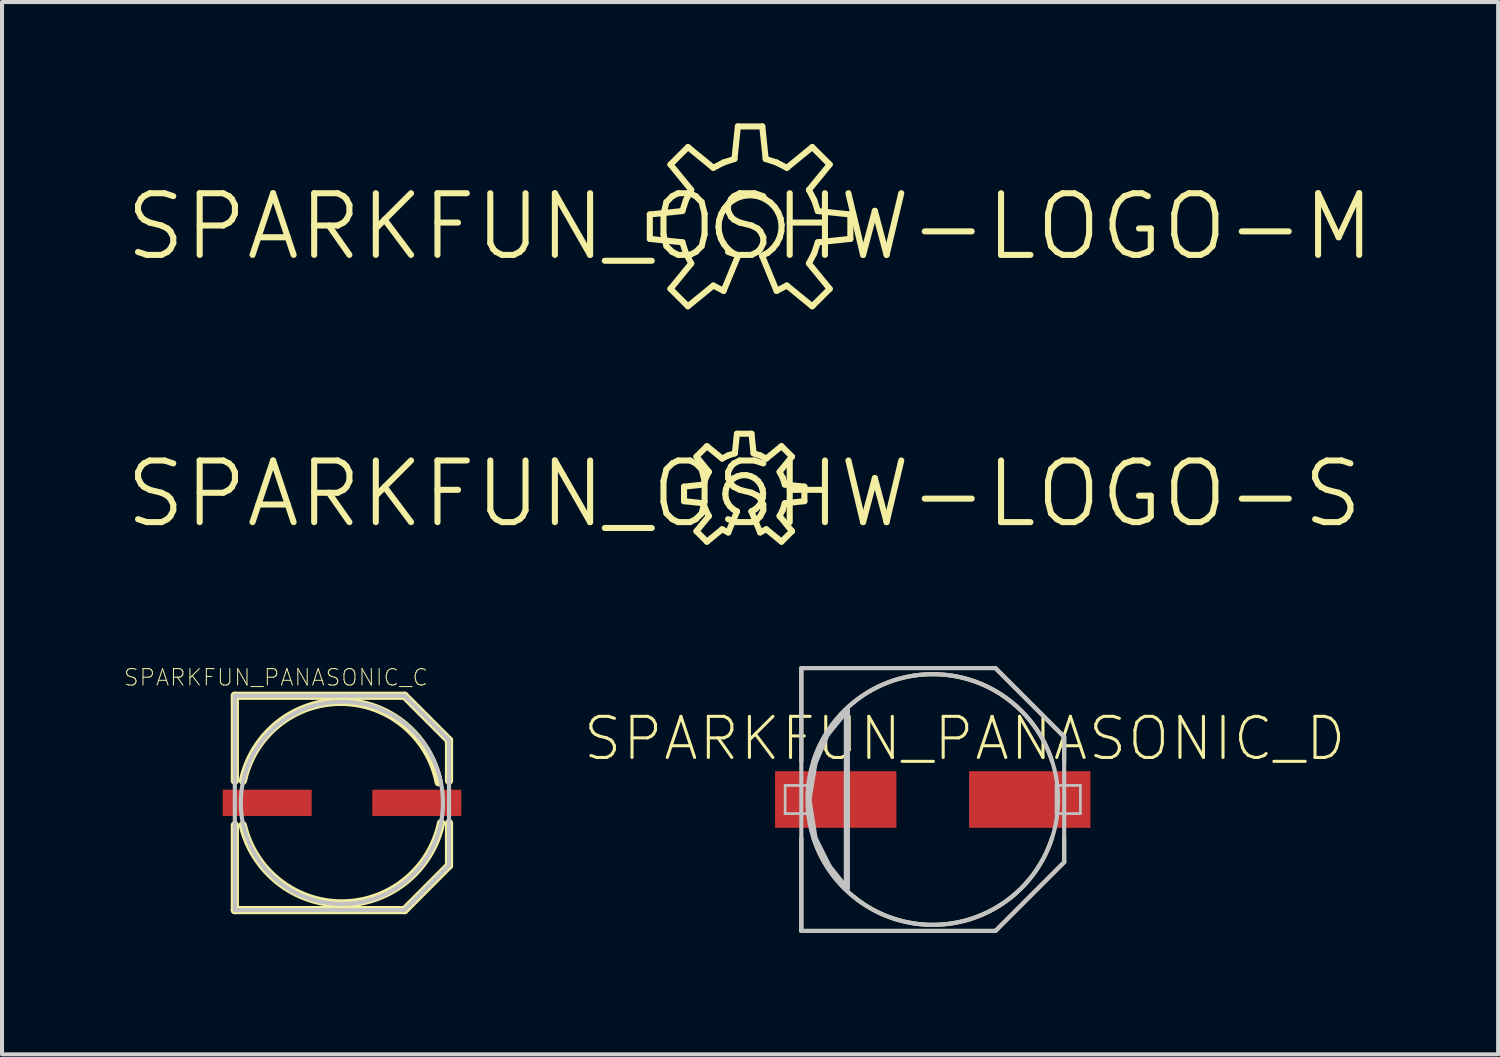
<source format=kicad_pcb>
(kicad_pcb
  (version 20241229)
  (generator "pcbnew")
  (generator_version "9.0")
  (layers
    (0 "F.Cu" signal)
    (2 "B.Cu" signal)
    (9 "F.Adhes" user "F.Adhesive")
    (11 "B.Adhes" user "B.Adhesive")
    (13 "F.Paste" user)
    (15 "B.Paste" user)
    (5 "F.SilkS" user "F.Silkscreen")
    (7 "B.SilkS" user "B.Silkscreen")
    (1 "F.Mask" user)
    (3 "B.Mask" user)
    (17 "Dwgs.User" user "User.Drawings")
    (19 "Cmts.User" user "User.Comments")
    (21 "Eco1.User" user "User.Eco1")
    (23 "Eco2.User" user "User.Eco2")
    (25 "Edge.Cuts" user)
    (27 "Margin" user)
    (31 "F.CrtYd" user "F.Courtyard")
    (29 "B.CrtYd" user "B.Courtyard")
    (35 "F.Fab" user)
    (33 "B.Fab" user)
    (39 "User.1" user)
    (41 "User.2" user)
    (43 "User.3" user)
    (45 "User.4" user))
  (footprint "SPARKFUN_PANASONIC_D"
    (layer "F.Cu")
    (at 20.01 16.716)
    (property "Reference" "SPARKFUN_PANASONIC_D" (at 0.79 -1.506 0) (layer "F.SilkS") (effects (font (size 1.016 1.016) (thickness 0.076))))
    (attr smd)
    (fp_line (start -3.249 -3.249) (end 1.549 -3.249) (stroke (width 0.102) (type solid)) (layer "F.SilkS"))
    (fp_line (start -3.249 -0.95) (end -3.249 -3.249) (stroke (width 0.102) (type solid)) (layer "F.SilkS"))
    (fp_line (start -3.249 3.249) (end -3.249 0.95) (stroke (width 0.102) (type solid)) (layer "F.SilkS"))
    (fp_line (start 1.549 -3.249) (end 3.249 -1.549) (stroke (width 0.102) (type solid)) (layer "F.SilkS"))
    (fp_line (start 1.549 3.249) (end -3.249 3.249) (stroke (width 0.102) (type solid)) (layer "F.SilkS"))
    (fp_line (start 3.249 -1.549) (end 3.249 -0.95) (stroke (width 0.102) (type solid)) (layer "F.SilkS"))
    (fp_line (start 3.249 0.95) (end 3.249 1.549) (stroke (width 0.102) (type solid)) (layer "F.SilkS"))
    (fp_line (start 3.249 1.549) (end 1.549 3.249) (stroke (width 0.102) (type solid)) (layer "F.SilkS"))
    (fp_arc (start -2.94894 -0.94996) (mid -0.0024 -3.098171) (end 2.947465 -0.954527) (stroke (width 0.1016) (type solid)) (layer "F.SilkS"))
    (fp_arc (start 2.94894 0.94996) (mid 0.0024 3.098171) (end -2.947465 0.954527) (stroke (width 0.1016) (type solid)) (layer "F.SilkS"))
    (fp_line (start -3.65 -0.348) (end -3.048 -0.348) (stroke (width 0.066) (type solid)) (layer "Dwgs.User"))
    (fp_line (start -3.65 0.348) (end -3.65 -0.348) (stroke (width 0.066) (type solid)) (layer "Dwgs.User"))
    (fp_line (start -3.65 0.348) (end -3.048 0.348) (stroke (width 0.066) (type solid)) (layer "Dwgs.User"))
    (fp_line (start -3.249 -3.249) (end 1.549 -3.249) (stroke (width 0.102) (type solid)) (layer "Dwgs.User"))
    (fp_line (start -3.249 3.249) (end -3.249 -3.249) (stroke (width 0.102) (type solid)) (layer "Dwgs.User"))
    (fp_line (start -3.048 0) (end -2.898 0.95) (stroke (width 0.102) (type solid)) (layer "Dwgs.User"))
    (fp_line (start -3.048 0.348) (end -3.048 -0.348) (stroke (width 0.066) (type solid)) (layer "Dwgs.User"))
    (fp_line (start -2.898 -0.899) (end -3.048 0) (stroke (width 0.102) (type solid)) (layer "Dwgs.User"))
    (fp_line (start -2.898 0.95) (end -2.548 1.648) (stroke (width 0.102) (type solid)) (layer "Dwgs.User"))
    (fp_line (start -2.598 -1.598) (end -2.898 -0.899) (stroke (width 0.102) (type solid)) (layer "Dwgs.User"))
    (fp_line (start -2.548 1.648) (end -2.149 2.149) (stroke (width 0.102) (type solid)) (layer "Dwgs.User"))
    (fp_line (start -2.149 -2.149) (end -2.598 -1.598) (stroke (width 0.102) (type solid)) (layer "Dwgs.User"))
    (fp_line (start -2.149 -2.098) (end -2.149 -2.149) (stroke (width 0.102) (type solid)) (layer "Dwgs.User"))
    (fp_line (start -2.149 2.149) (end -2.149 -2.098) (stroke (width 0.102) (type solid)) (layer "Dwgs.User"))
    (fp_line (start -2.098 -2.248) (end -2.098 2.2) (stroke (width 0.102) (type solid)) (layer "Dwgs.User"))
    (fp_line (start 1.549 -3.249) (end 3.249 -1.549) (stroke (width 0.102) (type solid)) (layer "Dwgs.User"))
    (fp_line (start 1.549 3.249) (end -3.249 3.249) (stroke (width 0.102) (type solid)) (layer "Dwgs.User"))
    (fp_line (start 3.048 -0.348) (end 3.65 -0.348) (stroke (width 0.066) (type solid)) (layer "Dwgs.User"))
    (fp_line (start 3.048 0.348) (end 3.048 -0.348) (stroke (width 0.066) (type solid)) (layer "Dwgs.User"))
    (fp_line (start 3.048 0.348) (end 3.65 0.348) (stroke (width 0.066) (type solid)) (layer "Dwgs.User"))
    (fp_line (start 3.249 -1.549) (end 3.249 1.549) (stroke (width 0.102) (type solid)) (layer "Dwgs.User"))
    (fp_line (start 3.249 1.549) (end 1.549 3.249) (stroke (width 0.102) (type solid)) (layer "Dwgs.User"))
    (fp_line (start 3.65 0.348) (end 3.65 -0.348) (stroke (width 0.066) (type solid)) (layer "Dwgs.User"))
    (fp_circle (center 0 0) (end 0 -3.099) (stroke (width 0.102) (type solid)) (fill no) (layer "Dwgs.User"))
    (pad "+" smd rect (at 2.398 0) (size 3 1.4) (layers "F.Cu" "F.Mask" "F.Paste"))
    (pad "-" smd rect (at -2.398 0) (size 3 1.4) (layers "F.Cu" "F.Mask" "F.Paste")))
  (footprint "SPARKFUN_OSHW-LOGO-S"
    (layer "F.Cu")
    (at 15.349 9.161)
    (property "Reference" "SPARKFUN_OSHW-LOGO-S" (at 0 0 0) (layer "F.SilkS") (effects (font (size 1.524 1.524) (thickness 0.15))))
    (attr exclude_from_pos_files exclude_from_bom)
    (fp_line (start -1.488 -0.18) (end -1.488 0.18) (stroke (width 0.15) (type solid)) (layer "F.SilkS"))
    (fp_line (start -1.488 0.18) (end -1.003 0.231) (stroke (width 0.15) (type solid)) (layer "F.SilkS"))
    (fp_line (start -1.181 -0.922) (end -0.874 -0.546) (stroke (width 0.15) (type solid)) (layer "F.SilkS"))
    (fp_line (start -1.181 0.922) (end -0.922 1.181) (stroke (width 0.15) (type solid)) (layer "F.SilkS"))
    (fp_line (start -1.003 -0.231) (end -1.488 -0.18) (stroke (width 0.15) (type solid)) (layer "F.SilkS"))
    (fp_line (start -1.003 0.231) (end -0.953 0.394) (stroke (width 0.15) (type solid)) (layer "F.SilkS"))
    (fp_line (start -0.953 -0.394) (end -1.003 -0.231) (stroke (width 0.15) (type solid)) (layer "F.SilkS"))
    (fp_line (start -0.953 0.394) (end -0.874 0.546) (stroke (width 0.15) (type solid)) (layer "F.SilkS"))
    (fp_line (start -0.922 -1.181) (end -1.181 -0.922) (stroke (width 0.15) (type solid)) (layer "F.SilkS"))
    (fp_line (start -0.922 1.181) (end -0.546 0.874) (stroke (width 0.15) (type solid)) (layer "F.SilkS"))
    (fp_line (start -0.874 -0.546) (end -0.953 -0.394) (stroke (width 0.15) (type solid)) (layer "F.SilkS"))
    (fp_line (start -0.874 0.546) (end -1.181 0.922) (stroke (width 0.15) (type solid)) (layer "F.SilkS"))
    (fp_line (start -0.546 -0.874) (end -0.922 -1.181) (stroke (width 0.15) (type solid)) (layer "F.SilkS"))
    (fp_line (start -0.546 0.874) (end -0.394 0.953) (stroke (width 0.15) (type solid)) (layer "F.SilkS"))
    (fp_line (start -0.467 0) (end -0.455 -0.109) (stroke (width 0.15) (type solid)) (layer "F.SilkS"))
    (fp_line (start -0.455 -0.109) (end -0.414 -0.216) (stroke (width 0.15) (type solid)) (layer "F.SilkS"))
    (fp_line (start -0.455 0.109) (end -0.467 0) (stroke (width 0.15) (type solid)) (layer "F.SilkS"))
    (fp_line (start -0.417 0.211) (end -0.455 0.109) (stroke (width 0.15) (type solid)) (layer "F.SilkS"))
    (fp_line (start -0.414 -0.216) (end -0.351 -0.307) (stroke (width 0.15) (type solid)) (layer "F.SilkS"))
    (fp_line (start -0.394 -0.953) (end -0.546 -0.874) (stroke (width 0.15) (type solid)) (layer "F.SilkS"))
    (fp_line (start -0.394 0.953) (end -0.178 0.432) (stroke (width 0.15) (type solid)) (layer "F.SilkS"))
    (fp_line (start -0.356 0.302) (end -0.417 0.211) (stroke (width 0.15) (type solid)) (layer "F.SilkS"))
    (fp_line (start -0.351 -0.307) (end -0.267 -0.384) (stroke (width 0.15) (type solid)) (layer "F.SilkS"))
    (fp_line (start -0.274 0.378) (end -0.356 0.302) (stroke (width 0.15) (type solid)) (layer "F.SilkS"))
    (fp_line (start -0.267 -0.384) (end -0.168 -0.434) (stroke (width 0.15) (type solid)) (layer "F.SilkS"))
    (fp_line (start -0.231 -1.003) (end -0.394 -0.953) (stroke (width 0.15) (type solid)) (layer "F.SilkS"))
    (fp_line (start -0.18 -1.488) (end -0.231 -1.003) (stroke (width 0.15) (type solid)) (layer "F.SilkS"))
    (fp_line (start -0.178 0.432) (end -0.274 0.378) (stroke (width 0.15) (type solid)) (layer "F.SilkS"))
    (fp_line (start -0.168 -0.434) (end -0.061 -0.462) (stroke (width 0.15) (type solid)) (layer "F.SilkS"))
    (fp_line (start -0.061 -0.462) (end 0.051 -0.465) (stroke (width 0.15) (type solid)) (layer "F.SilkS"))
    (fp_line (start 0.051 -0.465) (end 0.16 -0.439) (stroke (width 0.15) (type solid)) (layer "F.SilkS"))
    (fp_line (start 0.16 -0.439) (end 0.259 -0.389) (stroke (width 0.15) (type solid)) (layer "F.SilkS"))
    (fp_line (start 0.178 0.432) (end 0.394 0.953) (stroke (width 0.15) (type solid)) (layer "F.SilkS"))
    (fp_line (start 0.18 -1.488) (end -0.18 -1.488) (stroke (width 0.15) (type solid)) (layer "F.SilkS"))
    (fp_line (start 0.231 -1.003) (end 0.18 -1.488) (stroke (width 0.15) (type solid)) (layer "F.SilkS"))
    (fp_line (start 0.259 -0.389) (end 0.345 -0.315) (stroke (width 0.15) (type solid)) (layer "F.SilkS"))
    (fp_line (start 0.277 0.376) (end 0.178 0.432) (stroke (width 0.15) (type solid)) (layer "F.SilkS"))
    (fp_line (start 0.345 -0.315) (end 0.409 -0.224) (stroke (width 0.15) (type solid)) (layer "F.SilkS"))
    (fp_line (start 0.358 0.3) (end 0.277 0.376) (stroke (width 0.15) (type solid)) (layer "F.SilkS"))
    (fp_line (start 0.394 -0.953) (end 0.231 -1.003) (stroke (width 0.15) (type solid)) (layer "F.SilkS"))
    (fp_line (start 0.394 0.953) (end 0.546 0.874) (stroke (width 0.15) (type solid)) (layer "F.SilkS"))
    (fp_line (start 0.409 -0.224) (end 0.452 -0.119) (stroke (width 0.15) (type solid)) (layer "F.SilkS"))
    (fp_line (start 0.419 0.206) (end 0.358 0.3) (stroke (width 0.15) (type solid)) (layer "F.SilkS"))
    (fp_line (start 0.452 -0.119) (end 0.467 -0.01) (stroke (width 0.15) (type solid)) (layer "F.SilkS"))
    (fp_line (start 0.457 0.099) (end 0.419 0.206) (stroke (width 0.15) (type solid)) (layer "F.SilkS"))
    (fp_line (start 0.467 -0.01) (end 0.457 0.099) (stroke (width 0.15) (type solid)) (layer "F.SilkS"))
    (fp_line (start 0.546 -0.874) (end 0.394 -0.953) (stroke (width 0.15) (type solid)) (layer "F.SilkS"))
    (fp_line (start 0.546 0.874) (end 0.922 1.181) (stroke (width 0.15) (type solid)) (layer "F.SilkS"))
    (fp_line (start 0.874 -0.546) (end 1.181 -0.922) (stroke (width 0.15) (type solid)) (layer "F.SilkS"))
    (fp_line (start 0.874 0.546) (end 0.953 0.394) (stroke (width 0.15) (type solid)) (layer "F.SilkS"))
    (fp_line (start 0.922 -1.181) (end 0.546 -0.874) (stroke (width 0.15) (type solid)) (layer "F.SilkS"))
    (fp_line (start 0.922 1.181) (end 1.181 0.922) (stroke (width 0.15) (type solid)) (layer "F.SilkS"))
    (fp_line (start 0.953 -0.394) (end 0.874 -0.546) (stroke (width 0.15) (type solid)) (layer "F.SilkS"))
    (fp_line (start 0.953 0.394) (end 1.003 0.231) (stroke (width 0.15) (type solid)) (layer "F.SilkS"))
    (fp_line (start 1.003 -0.231) (end 0.953 -0.394) (stroke (width 0.15) (type solid)) (layer "F.SilkS"))
    (fp_line (start 1.003 0.231) (end 1.488 0.18) (stroke (width 0.15) (type solid)) (layer "F.SilkS"))
    (fp_line (start 1.181 -0.922) (end 0.922 -1.181) (stroke (width 0.15) (type solid)) (layer "F.SilkS"))
    (fp_line (start 1.181 0.922) (end 0.874 0.546) (stroke (width 0.15) (type solid)) (layer "F.SilkS"))
    (fp_line (start 1.488 -0.18) (end 1.003 -0.231) (stroke (width 0.15) (type solid)) (layer "F.SilkS"))
    (fp_line (start 1.488 0.18) (end 1.488 -0.18) (stroke (width 0.15) (type solid)) (layer "F.SilkS")))
  (footprint "SPARKFUN_PANASONIC_C"
    (layer "F.Cu")
    (at 5.354 16.6)
    (property "Reference" "SPARKFUN_PANASONIC_C" (at -1.582 -2.901 0) (layer "F.SilkS") (effects (font (size 0.406 0.406) (thickness 0.025))))
    (attr smd)
    (fp_line (start -2.598 -2.449) (end -2.598 -0.348) (stroke (width 0.203) (type solid)) (layer "F.SilkS"))
    (fp_line (start -2.598 -2.449) (end 1.598 -2.449) (stroke (width 0.203) (type solid)) (layer "F.SilkS"))
    (fp_line (start -2.598 2.85) (end -2.598 0.749) (stroke (width 0.203) (type solid)) (layer "F.SilkS"))
    (fp_line (start 1.598 -2.449) (end 2.697 -1.349) (stroke (width 0.203) (type solid)) (layer "F.SilkS"))
    (fp_line (start 1.598 2.85) (end -2.598 2.85) (stroke (width 0.203) (type solid)) (layer "F.SilkS"))
    (fp_line (start 2.697 -1.349) (end 2.697 -0.348) (stroke (width 0.203) (type solid)) (layer "F.SilkS"))
    (fp_line (start 2.697 1.748) (end 1.598 2.85) (stroke (width 0.203) (type solid)) (layer "F.SilkS"))
    (fp_line (start 2.697 1.748) (end 2.697 0.699) (stroke (width 0.203) (type solid)) (layer "F.SilkS"))
    (fp_arc (start -2.39776 -0.34798) (mid 0.03782 -2.298223) (end 2.441448 -0.308732) (stroke (width 0.2032) (type solid)) (layer "F.SilkS"))
    (fp_arc (start 2.49936 0.6985) (mid 0.070245 2.684399) (end -2.4011 0.751306) (stroke (width 0.2032) (type solid)) (layer "F.SilkS"))
    (fp_line (start -2.598 -2.449) (end -2.598 2.85) (stroke (width 0.102) (type solid)) (layer "Dwgs.User"))
    (fp_line (start -2.598 -2.449) (end 1.598 -2.449) (stroke (width 0.102) (type solid)) (layer "Dwgs.User"))
    (fp_line (start 1.598 -2.449) (end 2.697 -1.349) (stroke (width 0.102) (type solid)) (layer "Dwgs.User"))
    (fp_line (start 1.598 2.85) (end -2.598 2.85) (stroke (width 0.102) (type solid)) (layer "Dwgs.User"))
    (fp_line (start 2.697 -1.349) (end 2.697 1.748) (stroke (width 0.102) (type solid)) (layer "Dwgs.User"))
    (fp_line (start 2.697 1.748) (end 1.598 2.85) (stroke (width 0.102) (type solid)) (layer "Dwgs.User"))
    (fp_circle (center 0.048 0.198) (end 0.048 -2.301) (stroke (width 0.102) (type solid)) (fill no) (layer "Dwgs.User"))
    (pad "+" smd rect (at 1.9 0.198) (size 2.2 0.648) (layers "F.Cu" "F.Mask" "F.Paste"))
    (pad "-" smd rect (at -1.798 0.198) (size 2.2 0.648) (layers "F.Cu" "F.Mask" "F.Paste")))
  (footprint "SPARKFUN_OSHW-LOGO-M"
    (layer "F.Cu")
    (at 15.494 2.554)
    (property "Reference" "SPARKFUN_OSHW-LOGO-M" (at 0 0 0) (layer "F.SilkS") (effects (font (size 1.524 1.524) (thickness 0.15))))
    (attr exclude_from_pos_files exclude_from_bom)
    (fp_line (start -2.479 -0.302) (end -2.479 0.302) (stroke (width 0.15) (type solid)) (layer "F.SilkS"))
    (fp_line (start -2.479 0.302) (end -1.674 0.386) (stroke (width 0.15) (type solid)) (layer "F.SilkS"))
    (fp_line (start -1.968 -1.537) (end -1.455 -0.909) (stroke (width 0.15) (type solid)) (layer "F.SilkS"))
    (fp_line (start -1.968 1.537) (end -1.537 1.968) (stroke (width 0.15) (type solid)) (layer "F.SilkS"))
    (fp_line (start -1.674 -0.386) (end -2.479 -0.302) (stroke (width 0.15) (type solid)) (layer "F.SilkS"))
    (fp_line (start -1.674 0.386) (end -1.587 0.655) (stroke (width 0.15) (type solid)) (layer "F.SilkS"))
    (fp_line (start -1.587 -0.655) (end -1.674 -0.386) (stroke (width 0.15) (type solid)) (layer "F.SilkS"))
    (fp_line (start -1.587 0.655) (end -1.455 0.909) (stroke (width 0.15) (type solid)) (layer "F.SilkS"))
    (fp_line (start -1.537 -1.968) (end -1.968 -1.537) (stroke (width 0.15) (type solid)) (layer "F.SilkS"))
    (fp_line (start -1.537 1.968) (end -0.909 1.455) (stroke (width 0.15) (type solid)) (layer "F.SilkS"))
    (fp_line (start -1.455 -0.909) (end -1.587 -0.655) (stroke (width 0.15) (type solid)) (layer "F.SilkS"))
    (fp_line (start -1.455 0.909) (end -1.968 1.537) (stroke (width 0.15) (type solid)) (layer "F.SilkS"))
    (fp_line (start -0.909 -1.455) (end -1.537 -1.968) (stroke (width 0.15) (type solid)) (layer "F.SilkS"))
    (fp_line (start -0.909 1.455) (end -0.655 1.587) (stroke (width 0.15) (type solid)) (layer "F.SilkS"))
    (fp_line (start -0.78 0) (end -0.765 -0.157) (stroke (width 0.15) (type solid)) (layer "F.SilkS"))
    (fp_line (start -0.765 -0.157) (end -0.714 -0.312) (stroke (width 0.15) (type solid)) (layer "F.SilkS"))
    (fp_line (start -0.765 0.152) (end -0.78 0) (stroke (width 0.15) (type solid)) (layer "F.SilkS"))
    (fp_line (start -0.721 0.297) (end -0.765 0.152) (stroke (width 0.15) (type solid)) (layer "F.SilkS"))
    (fp_line (start -0.714 -0.312) (end -0.635 -0.45) (stroke (width 0.15) (type solid)) (layer "F.SilkS"))
    (fp_line (start -0.655 -1.587) (end -0.909 -1.455) (stroke (width 0.15) (type solid)) (layer "F.SilkS"))
    (fp_line (start -0.655 1.587) (end -0.297 0.721) (stroke (width 0.15) (type solid)) (layer "F.SilkS"))
    (fp_line (start -0.648 0.432) (end -0.721 0.297) (stroke (width 0.15) (type solid)) (layer "F.SilkS"))
    (fp_line (start -0.635 -0.45) (end -0.531 -0.572) (stroke (width 0.15) (type solid)) (layer "F.SilkS"))
    (fp_line (start -0.551 0.551) (end -0.648 0.432) (stroke (width 0.15) (type solid)) (layer "F.SilkS"))
    (fp_line (start -0.531 -0.572) (end -0.401 -0.668) (stroke (width 0.15) (type solid)) (layer "F.SilkS"))
    (fp_line (start -0.432 0.648) (end -0.551 0.551) (stroke (width 0.15) (type solid)) (layer "F.SilkS"))
    (fp_line (start -0.401 -0.668) (end -0.257 -0.737) (stroke (width 0.15) (type solid)) (layer "F.SilkS"))
    (fp_line (start -0.386 -1.674) (end -0.655 -1.587) (stroke (width 0.15) (type solid)) (layer "F.SilkS"))
    (fp_line (start -0.302 -2.479) (end -0.386 -1.674) (stroke (width 0.15) (type solid)) (layer "F.SilkS"))
    (fp_line (start -0.297 0.721) (end -0.432 0.648) (stroke (width 0.15) (type solid)) (layer "F.SilkS"))
    (fp_line (start -0.257 -0.737) (end -0.102 -0.772) (stroke (width 0.15) (type solid)) (layer "F.SilkS"))
    (fp_line (start -0.102 -0.772) (end 0.056 -0.777) (stroke (width 0.15) (type solid)) (layer "F.SilkS"))
    (fp_line (start 0.056 -0.777) (end 0.216 -0.749) (stroke (width 0.15) (type solid)) (layer "F.SilkS"))
    (fp_line (start 0.216 -0.749) (end 0.363 -0.688) (stroke (width 0.15) (type solid)) (layer "F.SilkS"))
    (fp_line (start 0.297 0.721) (end 0.655 1.587) (stroke (width 0.15) (type solid)) (layer "F.SilkS"))
    (fp_line (start 0.302 -2.479) (end -0.302 -2.479) (stroke (width 0.15) (type solid)) (layer "F.SilkS"))
    (fp_line (start 0.363 -0.688) (end 0.498 -0.599) (stroke (width 0.15) (type solid)) (layer "F.SilkS"))
    (fp_line (start 0.386 -1.674) (end 0.302 -2.479) (stroke (width 0.15) (type solid)) (layer "F.SilkS"))
    (fp_line (start 0.439 0.645) (end 0.297 0.721) (stroke (width 0.15) (type solid)) (layer "F.SilkS"))
    (fp_line (start 0.498 -0.599) (end 0.61 -0.485) (stroke (width 0.15) (type solid)) (layer "F.SilkS"))
    (fp_line (start 0.561 0.541) (end 0.439 0.645) (stroke (width 0.15) (type solid)) (layer "F.SilkS"))
    (fp_line (start 0.61 -0.485) (end 0.696 -0.351) (stroke (width 0.15) (type solid)) (layer "F.SilkS"))
    (fp_line (start 0.655 -1.587) (end 0.386 -1.674) (stroke (width 0.15) (type solid)) (layer "F.SilkS"))
    (fp_line (start 0.655 1.587) (end 0.909 1.455) (stroke (width 0.15) (type solid)) (layer "F.SilkS"))
    (fp_line (start 0.66 0.414) (end 0.561 0.541) (stroke (width 0.15) (type solid)) (layer "F.SilkS"))
    (fp_line (start 0.696 -0.351) (end 0.754 -0.201) (stroke (width 0.15) (type solid)) (layer "F.SilkS"))
    (fp_line (start 0.732 0.269) (end 0.66 0.414) (stroke (width 0.15) (type solid)) (layer "F.SilkS"))
    (fp_line (start 0.754 -0.201) (end 0.78 -0.043) (stroke (width 0.15) (type solid)) (layer "F.SilkS"))
    (fp_line (start 0.772 0.114) (end 0.732 0.269) (stroke (width 0.15) (type solid)) (layer "F.SilkS"))
    (fp_line (start 0.78 -0.043) (end 0.772 0.114) (stroke (width 0.15) (type solid)) (layer "F.SilkS"))
    (fp_line (start 0.909 -1.455) (end 0.655 -1.587) (stroke (width 0.15) (type solid)) (layer "F.SilkS"))
    (fp_line (start 0.909 1.455) (end 1.537 1.968) (stroke (width 0.15) (type solid)) (layer "F.SilkS"))
    (fp_line (start 1.455 -0.909) (end 1.968 -1.537) (stroke (width 0.15) (type solid)) (layer "F.SilkS"))
    (fp_line (start 1.455 0.909) (end 1.587 0.655) (stroke (width 0.15) (type solid)) (layer "F.SilkS"))
    (fp_line (start 1.537 -1.968) (end 0.909 -1.455) (stroke (width 0.15) (type solid)) (layer "F.SilkS"))
    (fp_line (start 1.537 1.968) (end 1.968 1.537) (stroke (width 0.15) (type solid)) (layer "F.SilkS"))
    (fp_line (start 1.587 -0.655) (end 1.455 -0.909) (stroke (width 0.15) (type solid)) (layer "F.SilkS"))
    (fp_line (start 1.587 0.655) (end 1.674 0.386) (stroke (width 0.15) (type solid)) (layer "F.SilkS"))
    (fp_line (start 1.674 -0.386) (end 1.587 -0.655) (stroke (width 0.15) (type solid)) (layer "F.SilkS"))
    (fp_line (start 1.674 0.386) (end 2.479 0.302) (stroke (width 0.15) (type solid)) (layer "F.SilkS"))
    (fp_line (start 1.968 -1.537) (end 1.537 -1.968) (stroke (width 0.15) (type solid)) (layer "F.SilkS"))
    (fp_line (start 1.968 1.537) (end 1.455 0.909) (stroke (width 0.15) (type solid)) (layer "F.SilkS"))
    (fp_line (start 2.479 -0.302) (end 1.674 -0.386) (stroke (width 0.15) (type solid)) (layer "F.SilkS"))
    (fp_line (start 2.479 0.302) (end 2.479 -0.302) (stroke (width 0.15) (type solid)) (layer "F.SilkS")))
  (gr_rect
    (start -3 -3)
    (end 33.988 23.016)
    (stroke (width 0.1) (type default))
    (fill no)
    (layer "Edge.Cuts")))
</source>
